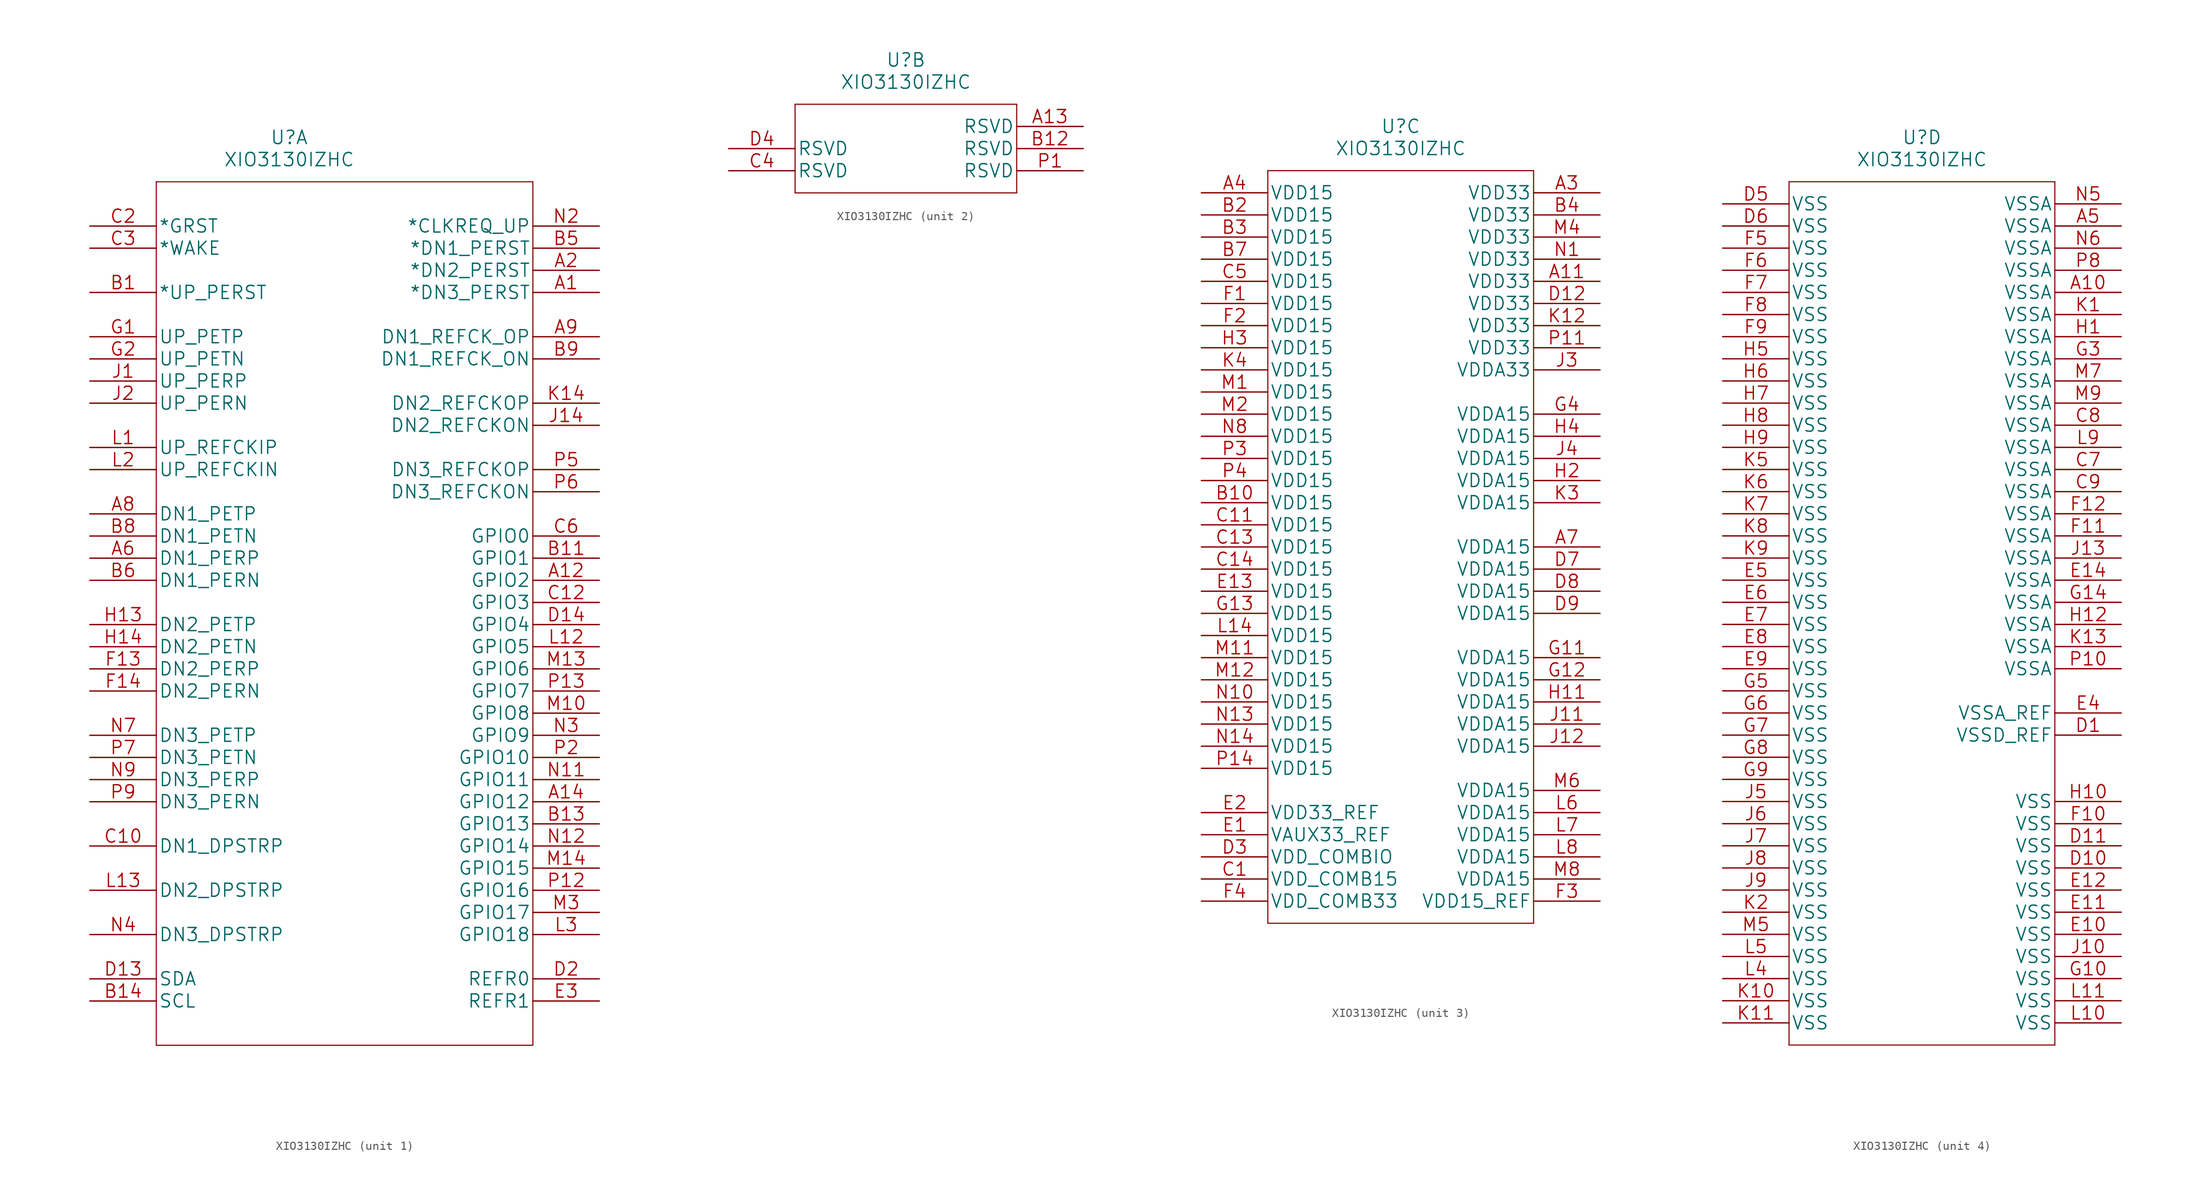
<source format=kicad_sym>
(kicad_symbol_lib
  (version 20201005)
  (generator kicad_symbol_editor)
  (symbol "AP3500:XIO3130IZHC"
    (pin_names
      (offset 0.254))
    (property "Reference" "U"
      (at 22.86 10.16 0)
      (effects (font (size 1.524 1.524))))
    (property "Value" "XIO3130IZHC"
      (at 22.86 7.62 0)
      (effects (font (size 1.524 1.524))))
    (property "Datasheet" ""
      (at 22.86 0 0)
      (effects (font (size 1.524 1.524))))
    (property "ki_locked" ""
      (at 0 0 0)
      (effects (font (size 1.27 1.27))))
    (symbol "XIO3130IZHC_1_1"
      (polyline (pts (xy 7.62 5.08) (xy 7.62 -93.98)) (stroke (width 0.127)) (fill (type none)))
      (polyline (pts (xy 7.62 -93.98) (xy 50.8 -93.98)) (stroke (width 0.127)) (fill (type none)))
      (polyline (pts (xy 50.8 -93.98) (xy 50.8 5.08)) (stroke (width 0.127)) (fill (type none)))
      (polyline (pts (xy 50.8 5.08) (xy 7.62 5.08)) (stroke (width 0.127)) (fill (type none)))
      (pin output line (at 58.42 -7.62 180) (length 7.62) (name "*DN3_PERST" (effects (font (size 1.499 1.499)))) (number "A1" (effects (font (size 1.499 1.499)))))
      (pin output line (at 58.42 -5.08 180) (length 7.62) (name "*DN2_PERST" (effects (font (size 1.499 1.499)))) (number "A2" (effects (font (size 1.499 1.499)))))
      (pin unspecified line (at 0 -38.1 0) (length 7.62) (name "DN1_PERP" (effects (font (size 1.499 1.499)))) (number "A6" (effects (font (size 1.499 1.499)))))
      (pin unspecified line (at 0 -33.02 0) (length 7.62) (name "DN1_PETP" (effects (font (size 1.499 1.499)))) (number "A8" (effects (font (size 1.499 1.499)))))
      (pin output line (at 58.42 -12.7 180) (length 7.62) (name "DN1_REFCK_OP" (effects (font (size 1.499 1.499)))) (number "A9" (effects (font (size 1.499 1.499)))))
      (pin input line (at 0 -7.62 0) (length 7.62) (name "*UP_PERST" (effects (font (size 1.499 1.499)))) (number "B1" (effects (font (size 1.499 1.499)))))
      (pin output line (at 58.42 -2.54 180) (length 7.62) (name "*DN1_PERST" (effects (font (size 1.499 1.499)))) (number "B5" (effects (font (size 1.499 1.499)))))
      (pin unspecified line (at 0 -40.64 0) (length 7.62) (name "DN1_PERN" (effects (font (size 1.499 1.499)))) (number "B6" (effects (font (size 1.499 1.499)))))
      (pin unspecified line (at 0 -35.56 0) (length 7.62) (name "DN1_PETN" (effects (font (size 1.499 1.499)))) (number "B8" (effects (font (size 1.499 1.499)))))
      (pin output line (at 58.42 -15.24 180) (length 7.62) (name "DN1_REFCK_ON" (effects (font (size 1.499 1.499)))) (number "B9" (effects (font (size 1.499 1.499)))))
      (pin input line (at 0 0 0) (length 7.62) (name "*GRST" (effects (font (size 1.499 1.499)))) (number "C2" (effects (font (size 1.499 1.499)))))
      (pin unspecified line (at 0 -2.54 0) (length 7.62) (name "*WAKE" (effects (font (size 1.499 1.499)))) (number "C3" (effects (font (size 1.499 1.499)))))
      (pin bidirectional line (at 58.42 -35.56 180) (length 7.62) (name "GPIO0" (effects (font (size 1.499 1.499)))) (number "C6" (effects (font (size 1.499 1.499)))))
      (pin unspecified line (at 58.42 -86.36 180) (length 7.62) (name "REFR0" (effects (font (size 1.499 1.499)))) (number "D2" (effects (font (size 1.499 1.499)))))
      (pin unspecified line (at 58.42 -88.9 180) (length 7.62) (name "REFR1" (effects (font (size 1.499 1.499)))) (number "E3" (effects (font (size 1.499 1.499)))))
      (pin unspecified line (at 0 -12.7 0) (length 7.62) (name "UP_PETP" (effects (font (size 1.499 1.499)))) (number "G1" (effects (font (size 1.499 1.499)))))
      (pin unspecified line (at 0 -15.24 0) (length 7.62) (name "UP_PETN" (effects (font (size 1.499 1.499)))) (number "G2" (effects (font (size 1.499 1.499)))))
      (pin unspecified line (at 0 -17.78 0) (length 7.62) (name "UP_PERP" (effects (font (size 1.499 1.499)))) (number "J1" (effects (font (size 1.499 1.499)))))
      (pin unspecified line (at 0 -20.32 0) (length 7.62) (name "UP_PERN" (effects (font (size 1.499 1.499)))) (number "J2" (effects (font (size 1.499 1.499)))))
      (pin input line (at 0 -25.4 0) (length 7.62) (name "UP_REFCKIP" (effects (font (size 1.499 1.499)))) (number "L1" (effects (font (size 1.499 1.499)))))
      (pin input line (at 0 -27.94 0) (length 7.62) (name "UP_REFCKIN" (effects (font (size 1.499 1.499)))) (number "L2" (effects (font (size 1.499 1.499)))))
      (pin bidirectional line (at 58.42 -81.28 180) (length 7.62) (name "GPIO18" (effects (font (size 1.499 1.499)))) (number "L3" (effects (font (size 1.499 1.499)))))
      (pin bidirectional line (at 58.42 -78.74 180) (length 7.62) (name "GPIO17" (effects (font (size 1.499 1.499)))) (number "M3" (effects (font (size 1.499 1.499)))))
      (pin output line (at 58.42 0 180) (length 7.62) (name "*CLKREQ_UP" (effects (font (size 1.499 1.499)))) (number "N2" (effects (font (size 1.499 1.499)))))
      (pin bidirectional line (at 58.42 -58.42 180) (length 7.62) (name "GPIO9" (effects (font (size 1.499 1.499)))) (number "N3" (effects (font (size 1.499 1.499)))))
      (pin input line (at 0 -81.28 0) (length 7.62) (name "DN3_DPSTRP" (effects (font (size 1.499 1.499)))) (number "N4" (effects (font (size 1.499 1.499)))))
      (pin unspecified line (at 0 -58.42 0) (length 7.62) (name "DN3_PETP" (effects (font (size 1.499 1.499)))) (number "N7" (effects (font (size 1.499 1.499)))))
      (pin unspecified line (at 0 -63.5 0) (length 7.62) (name "DN3_PERP" (effects (font (size 1.499 1.499)))) (number "N9" (effects (font (size 1.499 1.499)))))
      (pin bidirectional line (at 58.42 -60.96 180) (length 7.62) (name "GPIO10" (effects (font (size 1.499 1.499)))) (number "P2" (effects (font (size 1.499 1.499)))))
      (pin output line (at 58.42 -27.94 180) (length 7.62) (name "DN3_REFCKOP" (effects (font (size 1.499 1.499)))) (number "P5" (effects (font (size 1.499 1.499)))))
      (pin output line (at 58.42 -30.48 180) (length 7.62) (name "DN3_REFCKON" (effects (font (size 1.499 1.499)))) (number "P6" (effects (font (size 1.499 1.499)))))
      (pin unspecified line (at 0 -60.96 0) (length 7.62) (name "DN3_PETN" (effects (font (size 1.499 1.499)))) (number "P7" (effects (font (size 1.499 1.499)))))
      (pin unspecified line (at 0 -66.04 0) (length 7.62) (name "DN3_PERN" (effects (font (size 1.499 1.499)))) (number "P9" (effects (font (size 1.499 1.499)))))
      (pin bidirectional line (at 58.42 -40.64 180) (length 7.62) (name "GPIO2" (effects (font (size 1.499 1.499)))) (number "A12" (effects (font (size 1.499 1.499)))))
      (pin bidirectional line (at 58.42 -66.04 180) (length 7.62) (name "GPIO12" (effects (font (size 1.499 1.499)))) (number "A14" (effects (font (size 1.499 1.499)))))
      (pin bidirectional line (at 58.42 -38.1 180) (length 7.62) (name "GPIO1" (effects (font (size 1.499 1.499)))) (number "B11" (effects (font (size 1.499 1.499)))))
      (pin bidirectional line (at 58.42 -68.58 180) (length 7.62) (name "GPIO13" (effects (font (size 1.499 1.499)))) (number "B13" (effects (font (size 1.499 1.499)))))
      (pin output line (at 0 -88.9 0) (length 7.62) (name "SCL" (effects (font (size 1.499 1.499)))) (number "B14" (effects (font (size 1.499 1.499)))))
      (pin input line (at 0 -71.12 0) (length 7.62) (name "DN1_DPSTRP" (effects (font (size 1.499 1.499)))) (number "C10" (effects (font (size 1.499 1.499)))))
      (pin bidirectional line (at 58.42 -43.18 180) (length 7.62) (name "GPIO3" (effects (font (size 1.499 1.499)))) (number "C12" (effects (font (size 1.499 1.499)))))
      (pin bidirectional line (at 0 -86.36 0) (length 7.62) (name "SDA" (effects (font (size 1.499 1.499)))) (number "D13" (effects (font (size 1.499 1.499)))))
      (pin bidirectional line (at 58.42 -45.72 180) (length 7.62) (name "GPIO4" (effects (font (size 1.499 1.499)))) (number "D14" (effects (font (size 1.499 1.499)))))
      (pin unspecified line (at 0 -50.8 0) (length 7.62) (name "DN2_PERP" (effects (font (size 1.499 1.499)))) (number "F13" (effects (font (size 1.499 1.499)))))
      (pin unspecified line (at 0 -53.34 0) (length 7.62) (name "DN2_PERN" (effects (font (size 1.499 1.499)))) (number "F14" (effects (font (size 1.499 1.499)))))
      (pin unspecified line (at 0 -45.72 0) (length 7.62) (name "DN2_PETP" (effects (font (size 1.499 1.499)))) (number "H13" (effects (font (size 1.499 1.499)))))
      (pin unspecified line (at 0 -48.26 0) (length 7.62) (name "DN2_PETN" (effects (font (size 1.499 1.499)))) (number "H14" (effects (font (size 1.499 1.499)))))
      (pin output line (at 58.42 -22.86 180) (length 7.62) (name "DN2_REFCKON" (effects (font (size 1.499 1.499)))) (number "J14" (effects (font (size 1.499 1.499)))))
      (pin output line (at 58.42 -20.32 180) (length 7.62) (name "DN2_REFCKOP" (effects (font (size 1.499 1.499)))) (number "K14" (effects (font (size 1.499 1.499)))))
      (pin bidirectional line (at 58.42 -48.26 180) (length 7.62) (name "GPIO5" (effects (font (size 1.499 1.499)))) (number "L12" (effects (font (size 1.499 1.499)))))
      (pin input line (at 0 -76.2 0) (length 7.62) (name "DN2_DPSTRP" (effects (font (size 1.499 1.499)))) (number "L13" (effects (font (size 1.499 1.499)))))
      (pin bidirectional line (at 58.42 -55.88 180) (length 7.62) (name "GPIO8" (effects (font (size 1.499 1.499)))) (number "M10" (effects (font (size 1.499 1.499)))))
      (pin bidirectional line (at 58.42 -50.8 180) (length 7.62) (name "GPIO6" (effects (font (size 1.499 1.499)))) (number "M13" (effects (font (size 1.499 1.499)))))
      (pin bidirectional line (at 58.42 -73.66 180) (length 7.62) (name "GPIO15" (effects (font (size 1.499 1.499)))) (number "M14" (effects (font (size 1.499 1.499)))))
      (pin bidirectional line (at 58.42 -63.5 180) (length 7.62) (name "GPIO11" (effects (font (size 1.499 1.499)))) (number "N11" (effects (font (size 1.499 1.499)))))
      (pin bidirectional line (at 58.42 -71.12 180) (length 7.62) (name "GPIO14" (effects (font (size 1.499 1.499)))) (number "N12" (effects (font (size 1.499 1.499)))))
      (pin bidirectional line (at 58.42 -76.2 180) (length 7.62) (name "GPIO16" (effects (font (size 1.499 1.499)))) (number "P12" (effects (font (size 1.499 1.499)))))
      (pin bidirectional line (at 58.42 -53.34 180) (length 7.62) (name "GPIO7" (effects (font (size 1.499 1.499)))) (number "P13" (effects (font (size 1.499 1.499))))))
    (symbol "XIO3130IZHC_2_1"
      (polyline (pts (xy 10.16 5.08) (xy 10.16 -5.08)) (stroke (width 0.127)) (fill (type none)))
      (polyline (pts (xy 10.16 -5.08) (xy 35.56 -5.08)) (stroke (width 0.127)) (fill (type none)))
      (polyline (pts (xy 35.56 -5.08) (xy 35.56 5.08)) (stroke (width 0.127)) (fill (type none)))
      (polyline (pts (xy 35.56 5.08) (xy 10.16 5.08)) (stroke (width 0.127)) (fill (type none)))
      (pin unspecified line (at 2.54 -2.54 0) (length 7.62) (name "RSVD" (effects (font (size 1.499 1.499)))) (number "C4" (effects (font (size 1.499 1.499)))))
      (pin unspecified line (at 2.54 0 0) (length 7.62) (name "RSVD" (effects (font (size 1.499 1.499)))) (number "D4" (effects (font (size 1.499 1.499)))))
      (pin unspecified line (at 43.18 -2.54 180) (length 7.62) (name "RSVD" (effects (font (size 1.499 1.499)))) (number "P1" (effects (font (size 1.499 1.499)))))
      (pin unspecified line (at 43.18 2.54 180) (length 7.62) (name "RSVD" (effects (font (size 1.499 1.499)))) (number "A13" (effects (font (size 1.499 1.499)))))
      (pin unspecified line (at 43.18 0 180) (length 7.62) (name "RSVD" (effects (font (size 1.499 1.499)))) (number "B12" (effects (font (size 1.499 1.499))))))
    (symbol "XIO3130IZHC_3_1"
      (polyline (pts (xy 7.62 5.08) (xy 7.62 -81.28)) (stroke (width 0.127)) (fill (type none)))
      (polyline (pts (xy 7.62 -81.28) (xy 38.1 -81.28)) (stroke (width 0.127)) (fill (type none)))
      (polyline (pts (xy 38.1 -81.28) (xy 38.1 5.08)) (stroke (width 0.127)) (fill (type none)))
      (polyline (pts (xy 38.1 5.08) (xy 7.62 5.08)) (stroke (width 0.127)) (fill (type none)))
      (pin power_in line (at 45.72 2.54 180) (length 7.62) (name "VDD33" (effects (font (size 1.499 1.499)))) (number "A3" (effects (font (size 1.499 1.499)))))
      (pin power_in line (at 0 2.54 0) (length 7.62) (name "VDD15" (effects (font (size 1.499 1.499)))) (number "A4" (effects (font (size 1.499 1.499)))))
      (pin power_in line (at 0 0 0) (length 7.62) (name "VDD15" (effects (font (size 1.499 1.499)))) (number "B2" (effects (font (size 1.499 1.499)))))
      (pin power_in line (at 0 -2.54 0) (length 7.62) (name "VDD15" (effects (font (size 1.499 1.499)))) (number "B3" (effects (font (size 1.499 1.499)))))
      (pin power_in line (at 45.72 0 180) (length 7.62) (name "VDD33" (effects (font (size 1.499 1.499)))) (number "B4" (effects (font (size 1.499 1.499)))))
      (pin power_in line (at 0 -5.08 0) (length 7.62) (name "VDD15" (effects (font (size 1.499 1.499)))) (number "B7" (effects (font (size 1.499 1.499)))))
      (pin power_in line (at 0 -76.2 0) (length 7.62) (name "VDD_COMB15" (effects (font (size 1.499 1.499)))) (number "C1" (effects (font (size 1.499 1.499)))))
      (pin power_in line (at 0 -7.62 0) (length 7.62) (name "VDD15" (effects (font (size 1.499 1.499)))) (number "C5" (effects (font (size 1.499 1.499)))))
      (pin power_in line (at 0 -73.66 0) (length 7.62) (name "VDD_COMBIO" (effects (font (size 1.499 1.499)))) (number "D3" (effects (font (size 1.499 1.499)))))
      (pin power_in line (at 0 -71.12 0) (length 7.62) (name "VAUX33_REF" (effects (font (size 1.499 1.499)))) (number "E1" (effects (font (size 1.499 1.499)))))
      (pin power_in line (at 0 -68.58 0) (length 7.62) (name "VDD33_REF" (effects (font (size 1.499 1.499)))) (number "E2" (effects (font (size 1.499 1.499)))))
      (pin power_in line (at 0 -10.16 0) (length 7.62) (name "VDD15" (effects (font (size 1.499 1.499)))) (number "F1" (effects (font (size 1.499 1.499)))))
      (pin power_in line (at 0 -12.7 0) (length 7.62) (name "VDD15" (effects (font (size 1.499 1.499)))) (number "F2" (effects (font (size 1.499 1.499)))))
      (pin power_in line (at 45.72 -78.74 180) (length 7.62) (name "VDD15_REF" (effects (font (size 1.499 1.499)))) (number "F3" (effects (font (size 1.499 1.499)))))
      (pin power_in line (at 0 -78.74 0) (length 7.62) (name "VDD_COMB33" (effects (font (size 1.499 1.499)))) (number "F4" (effects (font (size 1.499 1.499)))))
      (pin power_in line (at 0 -15.24 0) (length 7.62) (name "VDD15" (effects (font (size 1.499 1.499)))) (number "H3" (effects (font (size 1.499 1.499)))))
      (pin power_in line (at 0 -17.78 0) (length 7.62) (name "VDD15" (effects (font (size 1.499 1.499)))) (number "K4" (effects (font (size 1.499 1.499)))))
      (pin power_in line (at 0 -20.32 0) (length 7.62) (name "VDD15" (effects (font (size 1.499 1.499)))) (number "M1" (effects (font (size 1.499 1.499)))))
      (pin power_in line (at 0 -22.86 0) (length 7.62) (name "VDD15" (effects (font (size 1.499 1.499)))) (number "M2" (effects (font (size 1.499 1.499)))))
      (pin power_in line (at 45.72 -2.54 180) (length 7.62) (name "VDD33" (effects (font (size 1.499 1.499)))) (number "M4" (effects (font (size 1.499 1.499)))))
      (pin power_in line (at 45.72 -5.08 180) (length 7.62) (name "VDD33" (effects (font (size 1.499 1.499)))) (number "N1" (effects (font (size 1.499 1.499)))))
      (pin power_in line (at 0 -25.4 0) (length 7.62) (name "VDD15" (effects (font (size 1.499 1.499)))) (number "N8" (effects (font (size 1.499 1.499)))))
      (pin power_in line (at 0 -27.94 0) (length 7.62) (name "VDD15" (effects (font (size 1.499 1.499)))) (number "P3" (effects (font (size 1.499 1.499)))))
      (pin power_in line (at 0 -30.48 0) (length 7.62) (name "VDD15" (effects (font (size 1.499 1.499)))) (number "P4" (effects (font (size 1.499 1.499)))))
      (pin power_in line (at 45.72 -7.62 180) (length 7.62) (name "VDD33" (effects (font (size 1.499 1.499)))) (number "A11" (effects (font (size 1.499 1.499)))))
      (pin power_in line (at 0 -33.02 0) (length 7.62) (name "VDD15" (effects (font (size 1.499 1.499)))) (number "B10" (effects (font (size 1.499 1.499)))))
      (pin power_in line (at 0 -35.56 0) (length 7.62) (name "VDD15" (effects (font (size 1.499 1.499)))) (number "C11" (effects (font (size 1.499 1.499)))))
      (pin power_in line (at 0 -38.1 0) (length 7.62) (name "VDD15" (effects (font (size 1.499 1.499)))) (number "C13" (effects (font (size 1.499 1.499)))))
      (pin power_in line (at 0 -40.64 0) (length 7.62) (name "VDD15" (effects (font (size 1.499 1.499)))) (number "C14" (effects (font (size 1.499 1.499)))))
      (pin power_in line (at 45.72 -10.16 180) (length 7.62) (name "VDD33" (effects (font (size 1.499 1.499)))) (number "D12" (effects (font (size 1.499 1.499)))))
      (pin power_in line (at 0 -43.18 0) (length 7.62) (name "VDD15" (effects (font (size 1.499 1.499)))) (number "E13" (effects (font (size 1.499 1.499)))))
      (pin power_in line (at 0 -45.72 0) (length 7.62) (name "VDD15" (effects (font (size 1.499 1.499)))) (number "G13" (effects (font (size 1.499 1.499)))))
      (pin power_in line (at 45.72 -12.7 180) (length 7.62) (name "VDD33" (effects (font (size 1.499 1.499)))) (number "K12" (effects (font (size 1.499 1.499)))))
      (pin power_in line (at 0 -48.26 0) (length 7.62) (name "VDD15" (effects (font (size 1.499 1.499)))) (number "L14" (effects (font (size 1.499 1.499)))))
      (pin power_in line (at 0 -50.8 0) (length 7.62) (name "VDD15" (effects (font (size 1.499 1.499)))) (number "M11" (effects (font (size 1.499 1.499)))))
      (pin power_in line (at 0 -53.34 0) (length 7.62) (name "VDD15" (effects (font (size 1.499 1.499)))) (number "M12" (effects (font (size 1.499 1.499)))))
      (pin power_in line (at 0 -55.88 0) (length 7.62) (name "VDD15" (effects (font (size 1.499 1.499)))) (number "N10" (effects (font (size 1.499 1.499)))))
      (pin power_in line (at 0 -58.42 0) (length 7.62) (name "VDD15" (effects (font (size 1.499 1.499)))) (number "N13" (effects (font (size 1.499 1.499)))))
      (pin power_in line (at 0 -60.96 0) (length 7.62) (name "VDD15" (effects (font (size 1.499 1.499)))) (number "N14" (effects (font (size 1.499 1.499)))))
      (pin power_in line (at 45.72 -15.24 180) (length 7.62) (name "VDD33" (effects (font (size 1.499 1.499)))) (number "P11" (effects (font (size 1.499 1.499)))))
      (pin power_in line (at 0 -63.5 0) (length 7.62) (name "VDD15" (effects (font (size 1.499 1.499)))) (number "P14" (effects (font (size 1.499 1.499)))))
      (pin power_in line (at 45.72 -38.1 180) (length 7.62) (name "VDDA15" (effects (font (size 1.499 1.499)))) (number "A7" (effects (font (size 1.499 1.499)))))
      (pin power_in line (at 45.72 -40.64 180) (length 7.62) (name "VDDA15" (effects (font (size 1.499 1.499)))) (number "D7" (effects (font (size 1.499 1.499)))))
      (pin power_in line (at 45.72 -43.18 180) (length 7.62) (name "VDDA15" (effects (font (size 1.499 1.499)))) (number "D8" (effects (font (size 1.499 1.499)))))
      (pin power_in line (at 45.72 -45.72 180) (length 7.62) (name "VDDA15" (effects (font (size 1.499 1.499)))) (number "D9" (effects (font (size 1.499 1.499)))))
      (pin power_in line (at 45.72 -22.86 180) (length 7.62) (name "VDDA15" (effects (font (size 1.499 1.499)))) (number "G4" (effects (font (size 1.499 1.499)))))
      (pin power_in line (at 45.72 -30.48 180) (length 7.62) (name "VDDA15" (effects (font (size 1.499 1.499)))) (number "H2" (effects (font (size 1.499 1.499)))))
      (pin power_in line (at 45.72 -25.4 180) (length 7.62) (name "VDDA15" (effects (font (size 1.499 1.499)))) (number "H4" (effects (font (size 1.499 1.499)))))
      (pin power_in line (at 45.72 -17.78 180) (length 7.62) (name "VDDA33" (effects (font (size 1.499 1.499)))) (number "J3" (effects (font (size 1.499 1.499)))))
      (pin power_in line (at 45.72 -27.94 180) (length 7.62) (name "VDDA15" (effects (font (size 1.499 1.499)))) (number "J4" (effects (font (size 1.499 1.499)))))
      (pin power_in line (at 45.72 -33.02 180) (length 7.62) (name "VDDA15" (effects (font (size 1.499 1.499)))) (number "K3" (effects (font (size 1.499 1.499)))))
      (pin power_in line (at 45.72 -68.58 180) (length 7.62) (name "VDDA15" (effects (font (size 1.499 1.499)))) (number "L6" (effects (font (size 1.499 1.499)))))
      (pin power_in line (at 45.72 -71.12 180) (length 7.62) (name "VDDA15" (effects (font (size 1.499 1.499)))) (number "L7" (effects (font (size 1.499 1.499)))))
      (pin power_in line (at 45.72 -73.66 180) (length 7.62) (name "VDDA15" (effects (font (size 1.499 1.499)))) (number "L8" (effects (font (size 1.499 1.499)))))
      (pin power_in line (at 45.72 -66.04 180) (length 7.62) (name "VDDA15" (effects (font (size 1.499 1.499)))) (number "M6" (effects (font (size 1.499 1.499)))))
      (pin power_in line (at 45.72 -76.2 180) (length 7.62) (name "VDDA15" (effects (font (size 1.499 1.499)))) (number "M8" (effects (font (size 1.499 1.499)))))
      (pin power_in line (at 45.72 -50.8 180) (length 7.62) (name "VDDA15" (effects (font (size 1.499 1.499)))) (number "G11" (effects (font (size 1.499 1.499)))))
      (pin power_in line (at 45.72 -53.34 180) (length 7.62) (name "VDDA15" (effects (font (size 1.499 1.499)))) (number "G12" (effects (font (size 1.499 1.499)))))
      (pin power_in line (at 45.72 -55.88 180) (length 7.62) (name "VDDA15" (effects (font (size 1.499 1.499)))) (number "H11" (effects (font (size 1.499 1.499)))))
      (pin power_in line (at 45.72 -58.42 180) (length 7.62) (name "VDDA15" (effects (font (size 1.499 1.499)))) (number "J11" (effects (font (size 1.499 1.499)))))
      (pin power_in line (at 45.72 -60.96 180) (length 7.62) (name "VDDA15" (effects (font (size 1.499 1.499)))) (number "J12" (effects (font (size 1.499 1.499))))))
    (symbol "XIO3130IZHC_4_1"
      (polyline (pts (xy 7.62 5.08) (xy 7.62 -93.98)) (stroke (width 0.127)) (fill (type none)))
      (polyline (pts (xy 7.62 -93.98) (xy 38.1 -93.98)) (stroke (width 0.127)) (fill (type none)))
      (polyline (pts (xy 38.1 -93.98) (xy 38.1 5.08)) (stroke (width 0.127)) (fill (type none)))
      (polyline (pts (xy 38.1 5.08) (xy 7.62 5.08)) (stroke (width 0.127)) (fill (type none)))
      (pin power_in line (at 45.72 0 180) (length 7.62) (name "VSSA" (effects (font (size 1.499 1.499)))) (number "A5" (effects (font (size 1.499 1.499)))))
      (pin power_in line (at 45.72 -27.94 180) (length 7.62) (name "VSSA" (effects (font (size 1.499 1.499)))) (number "C7" (effects (font (size 1.499 1.499)))))
      (pin power_in line (at 45.72 -22.86 180) (length 7.62) (name "VSSA" (effects (font (size 1.499 1.499)))) (number "C8" (effects (font (size 1.499 1.499)))))
      (pin power_in line (at 45.72 -30.48 180) (length 7.62) (name "VSSA" (effects (font (size 1.499 1.499)))) (number "C9" (effects (font (size 1.499 1.499)))))
      (pin power_in line (at 0 2.54 0) (length 7.62) (name "VSS" (effects (font (size 1.499 1.499)))) (number "D5" (effects (font (size 1.499 1.499)))))
      (pin power_in line (at 0 0 0) (length 7.62) (name "VSS" (effects (font (size 1.499 1.499)))) (number "D6" (effects (font (size 1.499 1.499)))))
      (pin power_in line (at 0 -40.64 0) (length 7.62) (name "VSS" (effects (font (size 1.499 1.499)))) (number "E5" (effects (font (size 1.499 1.499)))))
      (pin power_in line (at 0 -43.18 0) (length 7.62) (name "VSS" (effects (font (size 1.499 1.499)))) (number "E6" (effects (font (size 1.499 1.499)))))
      (pin power_in line (at 0 -45.72 0) (length 7.62) (name "VSS" (effects (font (size 1.499 1.499)))) (number "E7" (effects (font (size 1.499 1.499)))))
      (pin power_in line (at 0 -48.26 0) (length 7.62) (name "VSS" (effects (font (size 1.499 1.499)))) (number "E8" (effects (font (size 1.499 1.499)))))
      (pin power_in line (at 0 -50.8 0) (length 7.62) (name "VSS" (effects (font (size 1.499 1.499)))) (number "E9" (effects (font (size 1.499 1.499)))))
      (pin power_in line (at 0 -2.54 0) (length 7.62) (name "VSS" (effects (font (size 1.499 1.499)))) (number "F5" (effects (font (size 1.499 1.499)))))
      (pin power_in line (at 0 -5.08 0) (length 7.62) (name "VSS" (effects (font (size 1.499 1.499)))) (number "F6" (effects (font (size 1.499 1.499)))))
      (pin power_in line (at 0 -7.62 0) (length 7.62) (name "VSS" (effects (font (size 1.499 1.499)))) (number "F7" (effects (font (size 1.499 1.499)))))
      (pin power_in line (at 0 -10.16 0) (length 7.62) (name "VSS" (effects (font (size 1.499 1.499)))) (number "F8" (effects (font (size 1.499 1.499)))))
      (pin power_in line (at 0 -12.7 0) (length 7.62) (name "VSS" (effects (font (size 1.499 1.499)))) (number "F9" (effects (font (size 1.499 1.499)))))
      (pin power_in line (at 45.72 -15.24 180) (length 7.62) (name "VSSA" (effects (font (size 1.499 1.499)))) (number "G3" (effects (font (size 1.499 1.499)))))
      (pin power_in line (at 0 -53.34 0) (length 7.62) (name "VSS" (effects (font (size 1.499 1.499)))) (number "G5" (effects (font (size 1.499 1.499)))))
      (pin power_in line (at 0 -55.88 0) (length 7.62) (name "VSS" (effects (font (size 1.499 1.499)))) (number "G6" (effects (font (size 1.499 1.499)))))
      (pin power_in line (at 0 -58.42 0) (length 7.62) (name "VSS" (effects (font (size 1.499 1.499)))) (number "G7" (effects (font (size 1.499 1.499)))))
      (pin power_in line (at 0 -60.96 0) (length 7.62) (name "VSS" (effects (font (size 1.499 1.499)))) (number "G8" (effects (font (size 1.499 1.499)))))
      (pin power_in line (at 0 -63.5 0) (length 7.62) (name "VSS" (effects (font (size 1.499 1.499)))) (number "G9" (effects (font (size 1.499 1.499)))))
      (pin power_in line (at 45.72 -12.7 180) (length 7.62) (name "VSSA" (effects (font (size 1.499 1.499)))) (number "H1" (effects (font (size 1.499 1.499)))))
      (pin power_in line (at 0 -15.24 0) (length 7.62) (name "VSS" (effects (font (size 1.499 1.499)))) (number "H5" (effects (font (size 1.499 1.499)))))
      (pin power_in line (at 0 -17.78 0) (length 7.62) (name "VSS" (effects (font (size 1.499 1.499)))) (number "H6" (effects (font (size 1.499 1.499)))))
      (pin power_in line (at 0 -20.32 0) (length 7.62) (name "VSS" (effects (font (size 1.499 1.499)))) (number "H7" (effects (font (size 1.499 1.499)))))
      (pin power_in line (at 0 -22.86 0) (length 7.62) (name "VSS" (effects (font (size 1.499 1.499)))) (number "H8" (effects (font (size 1.499 1.499)))))
      (pin power_in line (at 0 -25.4 0) (length 7.62) (name "VSS" (effects (font (size 1.499 1.499)))) (number "H9" (effects (font (size 1.499 1.499)))))
      (pin power_in line (at 0 -66.04 0) (length 7.62) (name "VSS" (effects (font (size 1.499 1.499)))) (number "J5" (effects (font (size 1.499 1.499)))))
      (pin power_in line (at 0 -68.58 0) (length 7.62) (name "VSS" (effects (font (size 1.499 1.499)))) (number "J6" (effects (font (size 1.499 1.499)))))
      (pin power_in line (at 0 -71.12 0) (length 7.62) (name "VSS" (effects (font (size 1.499 1.499)))) (number "J7" (effects (font (size 1.499 1.499)))))
      (pin power_in line (at 0 -73.66 0) (length 7.62) (name "VSS" (effects (font (size 1.499 1.499)))) (number "J8" (effects (font (size 1.499 1.499)))))
      (pin power_in line (at 0 -76.2 0) (length 7.62) (name "VSS" (effects (font (size 1.499 1.499)))) (number "J9" (effects (font (size 1.499 1.499)))))
      (pin power_in line (at 45.72 -10.16 180) (length 7.62) (name "VSSA" (effects (font (size 1.499 1.499)))) (number "K1" (effects (font (size 1.499 1.499)))))
      (pin power_in line (at 0 -78.74 0) (length 7.62) (name "VSS" (effects (font (size 1.499 1.499)))) (number "K2" (effects (font (size 1.499 1.499)))))
      (pin power_in line (at 0 -27.94 0) (length 7.62) (name "VSS" (effects (font (size 1.499 1.499)))) (number "K5" (effects (font (size 1.499 1.499)))))
      (pin power_in line (at 0 -30.48 0) (length 7.62) (name "VSS" (effects (font (size 1.499 1.499)))) (number "K6" (effects (font (size 1.499 1.499)))))
      (pin power_in line (at 0 -33.02 0) (length 7.62) (name "VSS" (effects (font (size 1.499 1.499)))) (number "K7" (effects (font (size 1.499 1.499)))))
      (pin power_in line (at 0 -35.56 0) (length 7.62) (name "VSS" (effects (font (size 1.499 1.499)))) (number "K8" (effects (font (size 1.499 1.499)))))
      (pin power_in line (at 0 -38.1 0) (length 7.62) (name "VSS" (effects (font (size 1.499 1.499)))) (number "K9" (effects (font (size 1.499 1.499)))))
      (pin power_in line (at 0 -86.36 0) (length 7.62) (name "VSS" (effects (font (size 1.499 1.499)))) (number "L4" (effects (font (size 1.499 1.499)))))
      (pin power_in line (at 0 -83.82 0) (length 7.62) (name "VSS" (effects (font (size 1.499 1.499)))) (number "L5" (effects (font (size 1.499 1.499)))))
      (pin power_in line (at 45.72 -25.4 180) (length 7.62) (name "VSSA" (effects (font (size 1.499 1.499)))) (number "L9" (effects (font (size 1.499 1.499)))))
      (pin power_in line (at 0 -81.28 0) (length 7.62) (name "VSS" (effects (font (size 1.499 1.499)))) (number "M5" (effects (font (size 1.499 1.499)))))
      (pin power_in line (at 45.72 -17.78 180) (length 7.62) (name "VSSA" (effects (font (size 1.499 1.499)))) (number "M7" (effects (font (size 1.499 1.499)))))
      (pin power_in line (at 45.72 -20.32 180) (length 7.62) (name "VSSA" (effects (font (size 1.499 1.499)))) (number "M9" (effects (font (size 1.499 1.499)))))
      (pin power_in line (at 45.72 2.54 180) (length 7.62) (name "VSSA" (effects (font (size 1.499 1.499)))) (number "N5" (effects (font (size 1.499 1.499)))))
      (pin power_in line (at 45.72 -2.54 180) (length 7.62) (name "VSSA" (effects (font (size 1.499 1.499)))) (number "N6" (effects (font (size 1.499 1.499)))))
      (pin power_in line (at 45.72 -5.08 180) (length 7.62) (name "VSSA" (effects (font (size 1.499 1.499)))) (number "P8" (effects (font (size 1.499 1.499)))))
      (pin power_in line (at 45.72 -7.62 180) (length 7.62) (name "VSSA" (effects (font (size 1.499 1.499)))) (number "A10" (effects (font (size 1.499 1.499)))))
      (pin power_in line (at 45.72 -58.42 180) (length 7.62) (name "VSSD_REF" (effects (font (size 1.499 1.499)))) (number "D1" (effects (font (size 1.499 1.499)))))
      (pin power_in line (at 45.72 -55.88 180) (length 7.62) (name "VSSA_REF" (effects (font (size 1.499 1.499)))) (number "E4" (effects (font (size 1.499 1.499)))))
      (pin power_in line (at 45.72 -73.66 180) (length 7.62) (name "VSS" (effects (font (size 1.499 1.499)))) (number "D10" (effects (font (size 1.499 1.499)))))
      (pin power_in line (at 45.72 -71.12 180) (length 7.62) (name "VSS" (effects (font (size 1.499 1.499)))) (number "D11" (effects (font (size 1.499 1.499)))))
      (pin power_in line (at 45.72 -81.28 180) (length 7.62) (name "VSS" (effects (font (size 1.499 1.499)))) (number "E10" (effects (font (size 1.499 1.499)))))
      (pin power_in line (at 45.72 -78.74 180) (length 7.62) (name "VSS" (effects (font (size 1.499 1.499)))) (number "E11" (effects (font (size 1.499 1.499)))))
      (pin power_in line (at 45.72 -76.2 180) (length 7.62) (name "VSS" (effects (font (size 1.499 1.499)))) (number "E12" (effects (font (size 1.499 1.499)))))
      (pin power_in line (at 45.72 -40.64 180) (length 7.62) (name "VSSA" (effects (font (size 1.499 1.499)))) (number "E14" (effects (font (size 1.499 1.499)))))
      (pin power_in line (at 45.72 -68.58 180) (length 7.62) (name "VSS" (effects (font (size 1.499 1.499)))) (number "F10" (effects (font (size 1.499 1.499)))))
      (pin power_in line (at 45.72 -35.56 180) (length 7.62) (name "VSSA" (effects (font (size 1.499 1.499)))) (number "F11" (effects (font (size 1.499 1.499)))))
      (pin power_in line (at 45.72 -33.02 180) (length 7.62) (name "VSSA" (effects (font (size 1.499 1.499)))) (number "F12" (effects (font (size 1.499 1.499)))))
      (pin power_in line (at 45.72 -86.36 180) (length 7.62) (name "VSS" (effects (font (size 1.499 1.499)))) (number "G10" (effects (font (size 1.499 1.499)))))
      (pin power_in line (at 45.72 -43.18 180) (length 7.62) (name "VSSA" (effects (font (size 1.499 1.499)))) (number "G14" (effects (font (size 1.499 1.499)))))
      (pin power_in line (at 45.72 -66.04 180) (length 7.62) (name "VSS" (effects (font (size 1.499 1.499)))) (number "H10" (effects (font (size 1.499 1.499)))))
      (pin power_in line (at 45.72 -45.72 180) (length 7.62) (name "VSSA" (effects (font (size 1.499 1.499)))) (number "H12" (effects (font (size 1.499 1.499)))))
      (pin power_in line (at 45.72 -83.82 180) (length 7.62) (name "VSS" (effects (font (size 1.499 1.499)))) (number "J10" (effects (font (size 1.499 1.499)))))
      (pin power_in line (at 45.72 -38.1 180) (length 7.62) (name "VSSA" (effects (font (size 1.499 1.499)))) (number "J13" (effects (font (size 1.499 1.499)))))
      (pin power_in line (at 0 -88.9 0) (length 7.62) (name "VSS" (effects (font (size 1.499 1.499)))) (number "K10" (effects (font (size 1.499 1.499)))))
      (pin power_in line (at 0 -91.44 0) (length 7.62) (name "VSS" (effects (font (size 1.499 1.499)))) (number "K11" (effects (font (size 1.499 1.499)))))
      (pin power_in line (at 45.72 -48.26 180) (length 7.62) (name "VSSA" (effects (font (size 1.499 1.499)))) (number "K13" (effects (font (size 1.499 1.499)))))
      (pin power_in line (at 45.72 -91.44 180) (length 7.62) (name "VSS" (effects (font (size 1.499 1.499)))) (number "L10" (effects (font (size 1.499 1.499)))))
      (pin power_in line (at 45.72 -88.9 180) (length 7.62) (name "VSS" (effects (font (size 1.499 1.499)))) (number "L11" (effects (font (size 1.499 1.499)))))
      (pin power_in line (at 45.72 -50.8 180) (length 7.62) (name "VSSA" (effects (font (size 1.499 1.499)))) (number "P10" (effects (font (size 1.499 1.499))))))))
</source>
